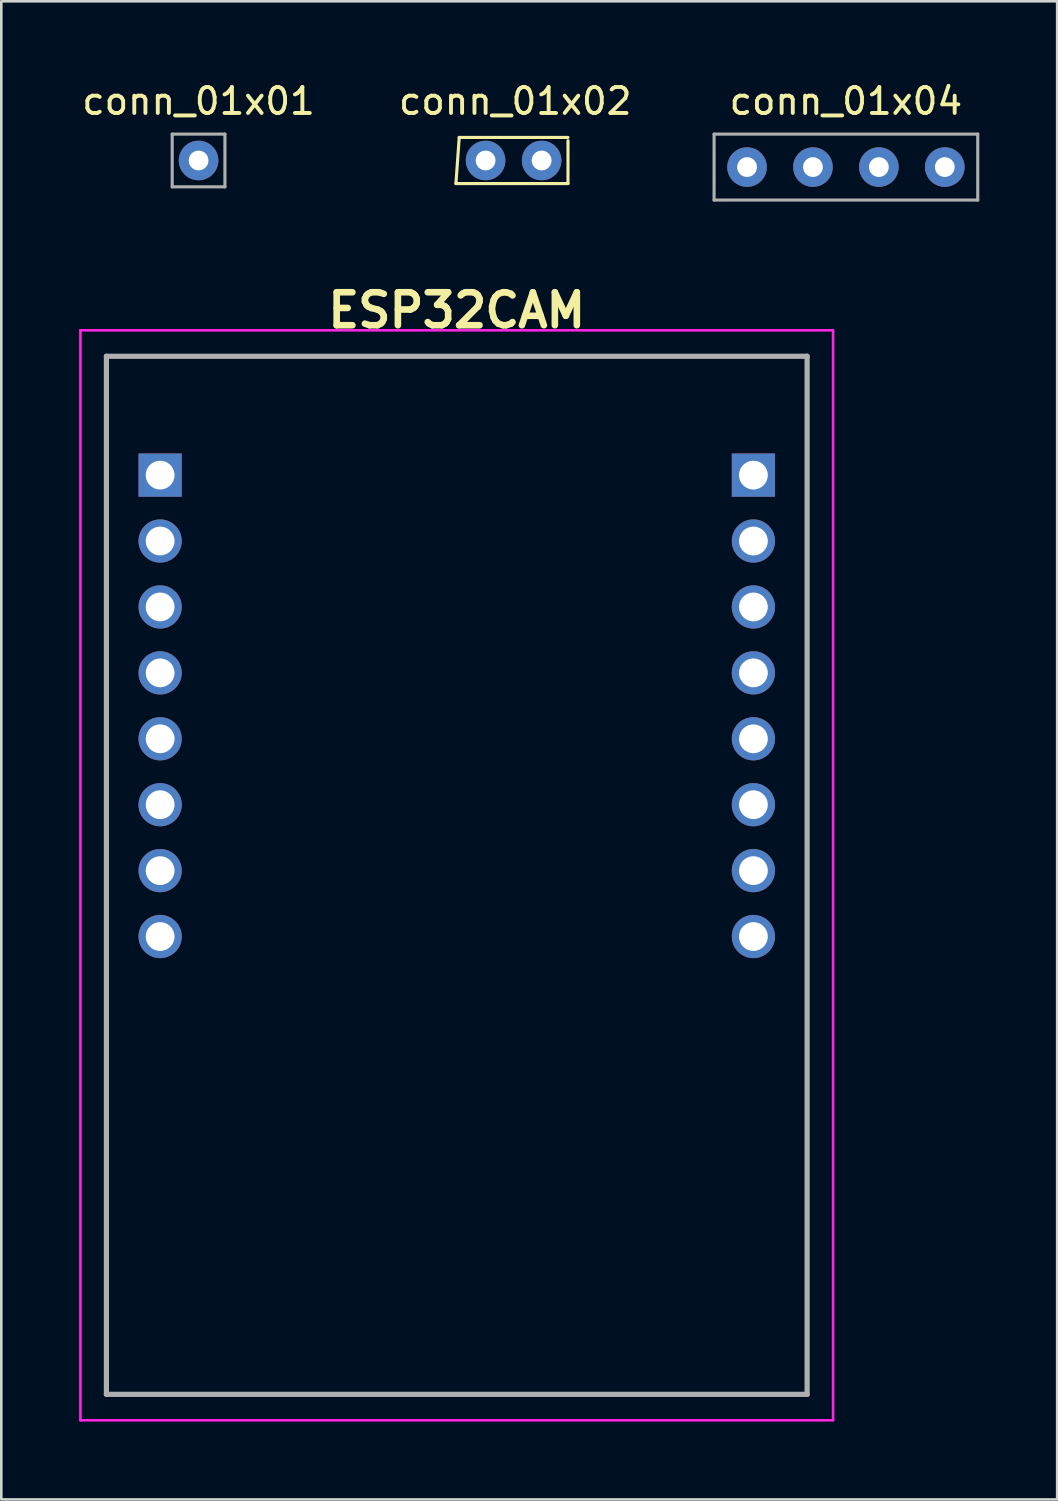
<source format=kicad_pcb>
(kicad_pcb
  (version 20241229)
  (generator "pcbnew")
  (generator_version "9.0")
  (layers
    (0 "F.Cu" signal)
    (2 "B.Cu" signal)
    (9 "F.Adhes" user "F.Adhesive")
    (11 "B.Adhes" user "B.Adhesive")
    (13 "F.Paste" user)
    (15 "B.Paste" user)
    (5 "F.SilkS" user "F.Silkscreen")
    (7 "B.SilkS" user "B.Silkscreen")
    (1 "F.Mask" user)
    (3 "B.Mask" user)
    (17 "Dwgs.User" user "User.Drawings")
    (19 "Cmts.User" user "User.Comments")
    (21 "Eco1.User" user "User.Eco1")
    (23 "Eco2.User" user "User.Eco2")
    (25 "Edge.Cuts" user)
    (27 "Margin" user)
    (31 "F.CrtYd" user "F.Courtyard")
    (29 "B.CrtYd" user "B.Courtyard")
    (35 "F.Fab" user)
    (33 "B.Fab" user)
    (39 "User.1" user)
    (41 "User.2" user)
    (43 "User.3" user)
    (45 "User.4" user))
  (footprint "ESP32CAM"
    (layer "F.Cu")
    (at 14.55 29.227)
    (property "Reference" "ESP32CAM" (at 0 -20.32 0) (layer "F.SilkS") (effects (font (size 1.27 1.27) (thickness 0.254))))
    (attr through_hole)
    (fp_line (start -13.5 -18.55) (end -13.5 21.45) (stroke (width 0.1) (type solid)) (layer "F.SilkS"))
    (fp_line (start -13.5 21.45) (end 13.5 21.45) (stroke (width 0.1) (type solid)) (layer "F.SilkS"))
    (fp_line (start 13.5 -18.55) (end -13.5 -18.55) (stroke (width 0.1) (type solid)) (layer "F.SilkS"))
    (fp_line (start 13.5 21.45) (end 13.5 -18.55) (stroke (width 0.1) (type solid)) (layer "F.SilkS"))
    (fp_line (start -14.5 -19.55) (end -14.5 22.45) (stroke (width 0.1) (type solid)) (layer "F.CrtYd"))
    (fp_line (start -14.5 22.45) (end 14.5 22.45) (stroke (width 0.1) (type solid)) (layer "F.CrtYd"))
    (fp_line (start 14.5 -19.55) (end -14.5 -19.55) (stroke (width 0.1) (type solid)) (layer "F.CrtYd"))
    (fp_line (start 14.5 22.45) (end 14.5 -19.55) (stroke (width 0.1) (type solid)) (layer "F.CrtYd"))
    (fp_line (start -13.5 -18.55) (end -13.5 21.45) (stroke (width 0.2) (type solid)) (layer "F.Fab"))
    (fp_line (start -13.5 21.45) (end 13.5 21.45) (stroke (width 0.2) (type solid)) (layer "F.Fab"))
    (fp_line (start 13.5 -18.55) (end -13.5 -18.55) (stroke (width 0.2) (type solid)) (layer "F.Fab"))
    (fp_line (start 13.5 21.45) (end 13.5 -18.55) (stroke (width 0.2) (type solid)) (layer "F.Fab"))
    (pad "1" thru_hole circle (at -11.43 3.81) (size 1.665 1.665) (drill 1.11) (layers "*.Cu" "*.Mask"))
    (pad "2" thru_hole circle (at -11.43 1.27) (size 1.665 1.665) (drill 1.11) (layers "*.Cu" "*.Mask"))
    (pad "3" thru_hole circle (at -11.43 -1.27) (size 1.665 1.665) (drill 1.11) (layers "*.Cu" "*.Mask"))
    (pad "4" thru_hole circle (at -11.43 -3.81) (size 1.665 1.665) (drill 1.11) (layers "*.Cu" "*.Mask"))
    (pad "5" thru_hole circle (at -11.43 -6.35) (size 1.665 1.665) (drill 1.11) (layers "*.Cu" "*.Mask"))
    (pad "6" thru_hole circle (at -11.43 -8.89) (size 1.665 1.665) (drill 1.11) (layers "*.Cu" "*.Mask"))
    (pad "7" thru_hole circle (at -11.43 -11.43) (size 1.665 1.665) (drill 1.11) (layers "*.Cu" "*.Mask"))
    (pad "8" thru_hole rect (at -11.43 -13.97) (size 1.665 1.665) (drill 1.11) (layers "*.Cu" "*.Mask"))
    (pad "9" thru_hole rect (at 11.43 -13.97) (size 1.665 1.665) (drill 1.11) (layers "*.Cu" "*.Mask"))
    (pad "10" thru_hole circle (at 11.43 -11.43) (size 1.665 1.665) (drill 1.11) (layers "*.Cu" "*.Mask"))
    (pad "11" thru_hole circle (at 11.43 -8.89) (size 1.665 1.665) (drill 1.11) (layers "*.Cu" "*.Mask"))
    (pad "12" thru_hole circle (at 11.43 -6.35) (size 1.665 1.665) (drill 1.11) (layers "*.Cu" "*.Mask"))
    (pad "13" thru_hole circle (at 11.43 -3.81) (size 1.665 1.665) (drill 1.11) (layers "*.Cu" "*.Mask"))
    (pad "14" thru_hole circle (at 11.43 -1.27) (size 1.665 1.665) (drill 1.11) (layers "*.Cu" "*.Mask"))
    (pad "15" thru_hole circle (at 11.43 1.27) (size 1.665 1.665) (drill 1.11) (layers "*.Cu" "*.Mask"))
    (pad "16" thru_hole circle (at 11.43 3.81) (size 1.665 1.665) (drill 1.11) (layers "*.Cu" "*.Mask")))
  (footprint "conn_01x02"
    (layer "F.Cu")
    (at 16.804 3.134)
    (property "Reference" "conn_01x02" (at 0 -2.286 0) (layer "F.SilkS") (effects (font (size 1 1) (thickness 0.15))))
    (attr through_hole)
    (fp_line (start -2.286 0.889) (end 2.032 0.889) (stroke (width 0.12) (type solid)) (layer "F.SilkS"))
    (fp_line (start -2.159 -0.889) (end -2.286 0.889) (stroke (width 0.12) (type solid)) (layer "F.SilkS"))
    (fp_line (start 2.032 -0.889) (end -2.159 -0.889) (stroke (width 0.12) (type solid)) (layer "F.SilkS"))
    (fp_line (start 2.032 0.889) (end 2.032 -0.762) (stroke (width 0.12) (type solid)) (layer "F.SilkS"))
    (pad "1" thru_hole circle (at -1.143 0) (size 1.524 1.524) (drill 0.762) (layers "*.Cu" "*.Mask"))
    (pad "2" thru_hole circle (at 1.016 0) (size 1.524 1.524) (drill 0.762) (layers "*.Cu" "*.Mask")))
  (footprint "conn_01x01"
    (layer "F.Cu")
    (at 4.601 3.134)
    (property "Reference" "conn_01x01" (at 0 -2.286 0) (layer "F.SilkS") (effects (font (size 1 1) (thickness 0.15))))
    (attr through_hole)
    (fp_line (start -1.016 -1.016) (end -1.016 1.016) (stroke (width 0.12) (type solid)) (layer "F.Fab"))
    (fp_line (start -1.016 1.016) (end 1.016 1.016) (stroke (width 0.12) (type solid)) (layer "F.Fab"))
    (fp_line (start 1.016 -1.016) (end -1.016 -1.016) (stroke (width 0.12) (type solid)) (layer "F.Fab"))
    (fp_line (start 1.016 1.016) (end 1.016 -1.016) (stroke (width 0.12) (type solid)) (layer "F.Fab"))
    (pad "1" thru_hole circle (at 0 0) (size 1.524 1.524) (drill 0.762) (layers "*.Cu" "*.Mask")))
  (footprint "conn_01x04"
    (layer "F.Cu")
    (at 29.545 3.388)
    (property "Reference" "conn_01x04" (at 0 -2.54 0) (layer "F.SilkS") (effects (font (size 1 1) (thickness 0.15))))
    (attr through_hole)
    (fp_line (start -5.08 -1.27) (end -5.08 1.27) (stroke (width 0.12) (type solid)) (layer "F.Fab"))
    (fp_line (start -5.08 1.27) (end 5.08 1.27) (stroke (width 0.12) (type solid)) (layer "F.Fab"))
    (fp_line (start 5.08 -1.27) (end -5.08 -1.27) (stroke (width 0.12) (type solid)) (layer "F.Fab"))
    (fp_line (start 5.08 1.27) (end 5.08 -1.27) (stroke (width 0.12) (type solid)) (layer "F.Fab"))
    (pad "1" thru_hole circle (at -3.81 0) (size 1.524 1.524) (drill 0.762) (layers "*.Cu" "*.Mask"))
    (pad "2" thru_hole circle (at -1.27 0) (size 1.524 1.524) (drill 0.762) (layers "*.Cu" "*.Mask"))
    (pad "3" thru_hole circle (at 1.27 0) (size 1.524 1.524) (drill 0.762) (layers "*.Cu" "*.Mask"))
    (pad "4" thru_hole circle (at 3.81 0) (size 1.524 1.524) (drill 0.762) (layers "*.Cu" "*.Mask")))
  (gr_rect
    (start -3 -3)
    (end 37.685 54.727)
    (stroke (width 0.1) (type default))
    (fill no)
    (layer "Edge.Cuts")))
</source>
